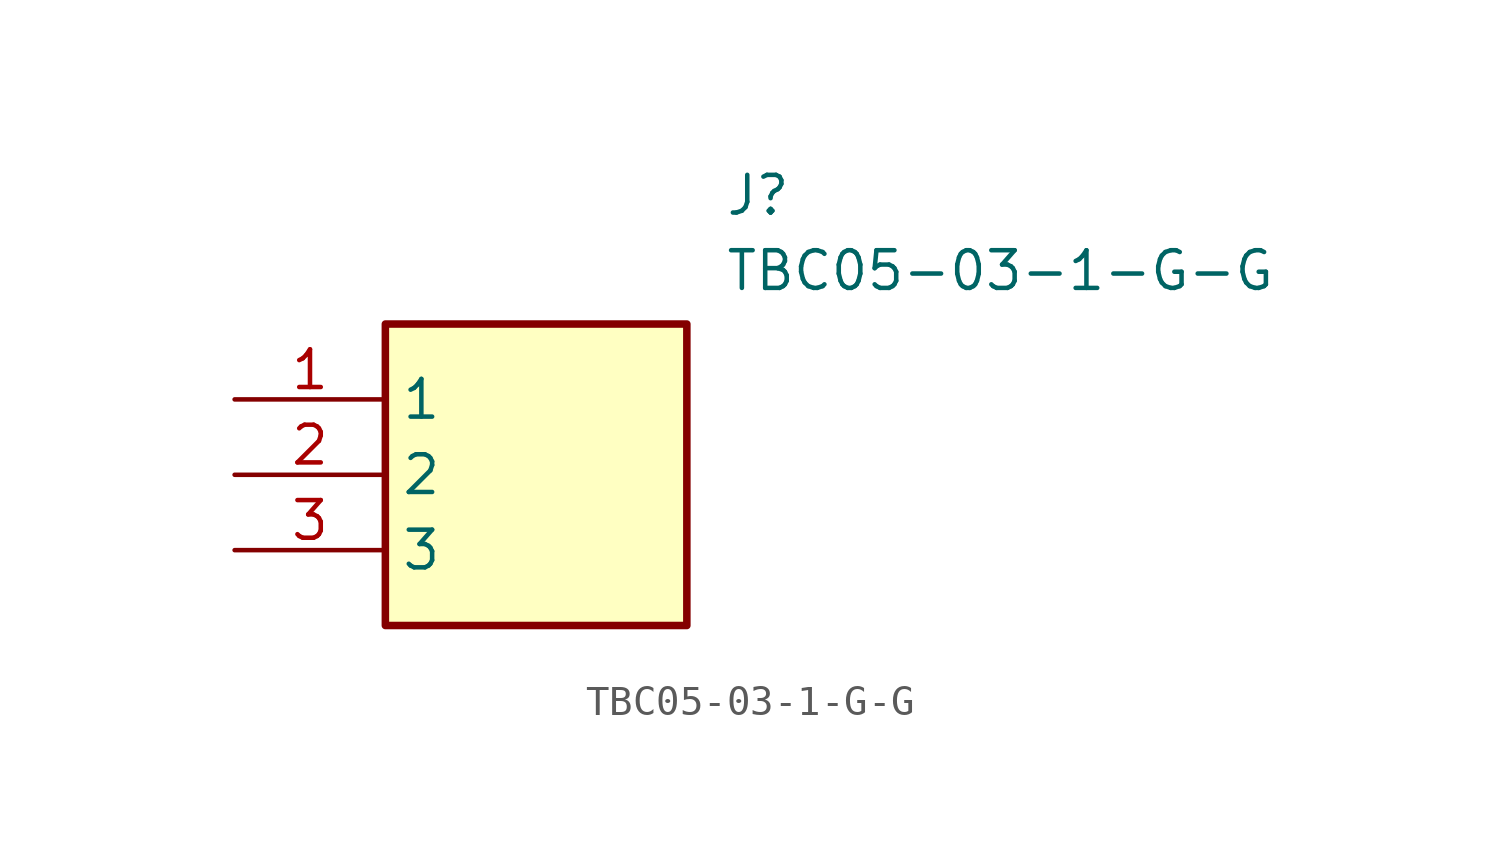
<source format=kicad_sym>
(kicad_symbol_lib
  (version 20211014)
  (generator SamacSys_ECAD_Model)
  (symbol "TBC05-03-1-G-G"
    (property "Reference" "J"
      (at 16.51 7.62 0)
      (effects (font (size 1.27 1.27)) (justify left top)))
    (property "Value" "TBC05-03-1-G-G"
      (at 16.51 5.08 0)
      (effects (font (size 1.27 1.27)) (justify left top)))
    (rectangle
      (start 5.08 2.54)
      (end 15.24 -7.62)
      (stroke (width 0.254) (type default))
      (fill (type background)))
    (pin passive line
      (at 0 0 0)
      (length 5.08)
      (name "1" (effects (font (size 1.27 1.27))))
      (number "1" (effects (font (size 1.27 1.27)))))
    (pin passive line
      (at 0 -2.54 0)
      (length 5.08)
      (name "2" (effects (font (size 1.27 1.27))))
      (number "2" (effects (font (size 1.27 1.27)))))
    (pin passive line
      (at 0 -5.08 0)
      (length 5.08)
      (name "3" (effects (font (size 1.27 1.27))))
      (number "3" (effects (font (size 1.27 1.27)))))))
</source>
